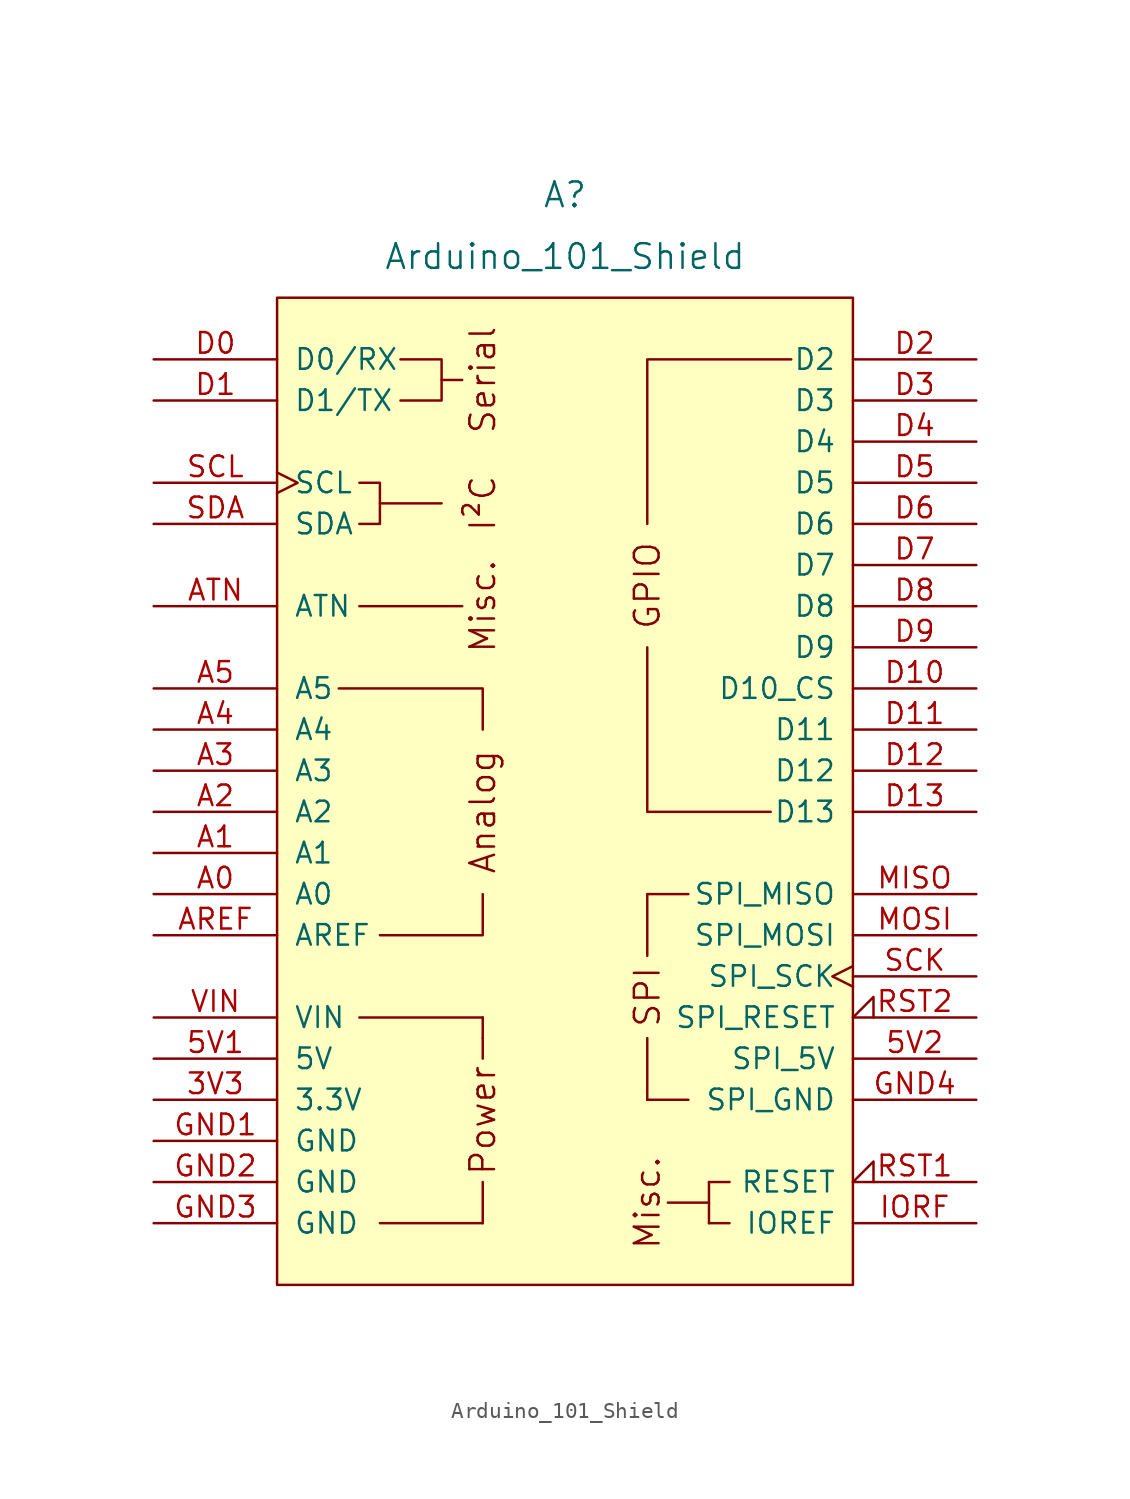
<source format=kicad_sym>
(kicad_symbol_lib
  (version 20211014)
  (generator kicad_symbol_editor)
  (symbol "Arduino_101_Shield"
    (pin_names
      (offset 1.016))
    (property "Reference" "A"
      (at 0 36.83 0)
      (effects (font (size 1.524 1.524))))
    (property "Value" "Arduino_101_Shield"
      (at 0 33.02 0)
      (effects (font (size 1.524 1.524))))
    (symbol "Arduino_101_Shield_0_0"
      (rectangle (start -17.78 30.48) (end 17.78 -30.48) (stroke (width 0) (type default) (color 0 0 0 0)) (fill (type background)))
      (rectangle (start -12.7 -13.97) (end -5.08 -13.97) (stroke (width 0) (type default) (color 0 0 0 0)) (fill (type none)))
      (rectangle (start -11.43 -26.67) (end -5.08 -26.67) (stroke (width 0) (type default) (color 0 0 0 0)) (fill (type none)))
      (polyline (pts (xy -11.43 17.78) (xy -7.62 17.78)) (stroke (width 0) (type default) (color 0 0 0 0)) (fill (type none)))
      (polyline (pts (xy -7.62 25.4) (xy -6.35 25.4)) (stroke (width 0) (type default) (color 0 0 0 0)) (fill (type none)))
      (polyline (pts (xy -6.35 11.43) (xy -12.7 11.43)) (stroke (width 0) (type default) (color 0 0 0 0)) (fill (type none)))
      (polyline (pts (xy -5.08 -26.67) (xy -5.08 -24.13)) (stroke (width 0) (type default) (color 0 0 0 0)) (fill (type none)))
      (polyline (pts (xy -5.08 -15.24) (xy -5.08 -16.51)) (stroke (width 0) (type default) (color 0 0 0 0)) (fill (type none)))
      (polyline (pts (xy -5.08 -13.97) (xy -5.08 -15.24)) (stroke (width 0) (type default) (color 0 0 0 0)) (fill (type none)))
      (polyline (pts (xy -5.08 -6.35) (xy -5.08 -8.89) (xy -11.43 -8.89)) (stroke (width 0) (type default) (color 0 0 0 0)) (fill (type none)))
      (polyline (pts (xy -5.08 3.81) (xy -5.08 6.35) (xy -13.97 6.35)) (stroke (width 0) (type default) (color 0 0 0 0)) (fill (type none)))
      (polyline (pts (xy 5.08 8.89) (xy 5.08 -1.27) (xy 12.7 -1.27)) (stroke (width 0) (type default) (color 0 0 0 0)) (fill (type none)))
      (polyline (pts (xy 5.08 16.51) (xy 5.08 26.67) (xy 13.97 26.67)) (stroke (width 0) (type default) (color 0 0 0 0)) (fill (type none)))
      (polyline (pts (xy -12.7 19.05) (xy -11.43 19.05) (xy -11.43 16.51) (xy -12.7 16.51)) (stroke (width 0) (type default) (color 0 0 0 0)) (fill (type none)))
      (polyline (pts (xy -10.16 26.67) (xy -7.62 26.67) (xy -7.62 24.13) (xy -10.16 24.13)) (stroke (width 0) (type default) (color 0 0 0 0)) (fill (type none)))
      (rectangle (start 5.08 -19.05) (end 5.08 -15.24) (stroke (width 0) (type default) (color 0 0 0 0)) (fill (type none)))
      (rectangle (start 5.08 -19.05) (end 7.62 -19.05) (stroke (width 0) (type default) (color 0 0 0 0)) (fill (type none)))
      (rectangle (start 5.08 -10.16) (end 5.08 -6.35) (stroke (width 0) (type default) (color 0 0 0 0)) (fill (type none)))
      (rectangle (start 7.62 -6.35) (end 5.08 -6.35) (stroke (width 0) (type default) (color 0 0 0 0)) (fill (type none)))
      (rectangle (start 8.89 -25.4) (end 6.35 -25.4) (stroke (width 0) (type default) (color 0 0 0 0)) (fill (type none)))
      (rectangle (start 8.89 -24.13) (end 8.89 -26.67) (stroke (width 0) (type default) (color 0 0 0 0)) (fill (type none)))
      (rectangle (start 10.16 -26.67) (end 8.89 -26.67) (stroke (width 0) (type default) (color 0 0 0 0)) (fill (type none)))
      (rectangle (start 10.16 -24.13) (end 8.89 -24.13) (stroke (width 0) (type default) (color 0 0 0 0)) (fill (type none)))
      (text "Analog" (at -5.08 -1.27 900) (effects (font (size 1.524 1.524))))
      (text "I²C" (at -5.08 17.78 900) (effects (font (size 1.524 1.524))))
      (text "Misc." (at -5.08 11.43 900) (effects (font (size 1.524 1.524))))
      (text "Misc." (at 5.08 -25.4 900) (effects (font (size 1.524 1.524))))
      (text "Power" (at -5.08 -20.32 900) (effects (font (size 1.524 1.524))))
      (text "Serial" (at -5.08 25.4 900) (effects (font (size 1.524 1.524))))
      (text "SPI" (at 5.08 -12.7 900) (effects (font (size 1.524 1.524)))))
    (symbol "Arduino_101_Shield_1_0"
      (text "GPIO" (at 5.08 12.7 900) (effects (font (size 1.524 1.524)))))
    (symbol "Arduino_101_Shield_1_1"
      (pin power_out line (at -25.4 -19.05 0) (length 7.62) (name "3.3V" (effects (font (size 1.27 1.27)))) (number "3V3" (effects (font (size 1.27 1.27)))))
      (pin power_in line (at -25.4 -16.51 0) (length 7.62) (name "5V" (effects (font (size 1.27 1.27)))) (number "5V1" (effects (font (size 1.27 1.27)))))
      (pin power_in line (at 25.4 -16.51 180) (length 7.62) (name "SPI_5V" (effects (font (size 1.27 1.27)))) (number "5V2" (effects (font (size 1.27 1.27)))))
      (pin bidirectional line (at -25.4 -6.35 0) (length 7.62) (name "A0" (effects (font (size 1.27 1.27)))) (number "A0" (effects (font (size 1.27 1.27)))))
      (pin bidirectional line (at -25.4 -3.81 0) (length 7.62) (name "A1" (effects (font (size 1.27 1.27)))) (number "A1" (effects (font (size 1.27 1.27)))))
      (pin bidirectional line (at -25.4 -1.27 0) (length 7.62) (name "A2" (effects (font (size 1.27 1.27)))) (number "A2" (effects (font (size 1.27 1.27)))))
      (pin bidirectional line (at -25.4 1.27 0) (length 7.62) (name "A3" (effects (font (size 1.27 1.27)))) (number "A3" (effects (font (size 1.27 1.27)))))
      (pin bidirectional line (at -25.4 3.81 0) (length 7.62) (name "A4" (effects (font (size 1.27 1.27)))) (number "A4" (effects (font (size 1.27 1.27)))))
      (pin bidirectional line (at -25.4 6.35 0) (length 7.62) (name "A5" (effects (font (size 1.27 1.27)))) (number "A5" (effects (font (size 1.27 1.27)))))
      (pin input line (at -25.4 -8.89 0) (length 7.62) (name "AREF" (effects (font (size 1.27 1.27)))) (number "AREF" (effects (font (size 1.27 1.27)))))
      (pin bidirectional line (at -25.4 11.43 0) (length 7.62) (name "ATN" (effects (font (size 1.27 1.27)))) (number "ATN" (effects (font (size 1.27 1.27)))))
      (pin bidirectional line (at -25.4 26.67 0) (length 7.62) (name "D0/RX" (effects (font (size 1.27 1.27)))) (number "D0" (effects (font (size 1.27 1.27)))))
      (pin bidirectional line (at -25.4 24.13 0) (length 7.62) (name "D1/TX" (effects (font (size 1.27 1.27)))) (number "D1" (effects (font (size 1.27 1.27)))))
      (pin bidirectional line (at 25.4 6.35 180) (length 7.62) (name "D10_CS" (effects (font (size 1.27 1.27)))) (number "D10" (effects (font (size 1.27 1.27)))))
      (pin bidirectional line (at 25.4 3.81 180) (length 7.62) (name "D11" (effects (font (size 1.27 1.27)))) (number "D11" (effects (font (size 1.27 1.27)))))
      (pin bidirectional line (at 25.4 1.27 180) (length 7.62) (name "D12" (effects (font (size 1.27 1.27)))) (number "D12" (effects (font (size 1.27 1.27)))))
      (pin bidirectional line (at 25.4 -1.27 180) (length 7.62) (name "D13" (effects (font (size 1.27 1.27)))) (number "D13" (effects (font (size 1.27 1.27)))))
      (pin bidirectional line (at 25.4 26.67 180) (length 7.62) (name "D2" (effects (font (size 1.27 1.27)))) (number "D2" (effects (font (size 1.27 1.27)))))
      (pin bidirectional line (at 25.4 24.13 180) (length 7.62) (name "D3" (effects (font (size 1.27 1.27)))) (number "D3" (effects (font (size 1.27 1.27)))))
      (pin bidirectional line (at 25.4 21.59 180) (length 7.62) (name "D4" (effects (font (size 1.27 1.27)))) (number "D4" (effects (font (size 1.27 1.27)))))
      (pin bidirectional line (at 25.4 19.05 180) (length 7.62) (name "D5" (effects (font (size 1.27 1.27)))) (number "D5" (effects (font (size 1.27 1.27)))))
      (pin bidirectional line (at 25.4 16.51 180) (length 7.62) (name "D6" (effects (font (size 1.27 1.27)))) (number "D6" (effects (font (size 1.27 1.27)))))
      (pin bidirectional line (at 25.4 13.97 180) (length 7.62) (name "D7" (effects (font (size 1.27 1.27)))) (number "D7" (effects (font (size 1.27 1.27)))))
      (pin bidirectional line (at 25.4 11.43 180) (length 7.62) (name "D8" (effects (font (size 1.27 1.27)))) (number "D8" (effects (font (size 1.27 1.27)))))
      (pin bidirectional line (at 25.4 8.89 180) (length 7.62) (name "D9" (effects (font (size 1.27 1.27)))) (number "D9" (effects (font (size 1.27 1.27)))))
      (pin power_in line (at -25.4 -21.59 0) (length 7.62) (name "GND" (effects (font (size 1.27 1.27)))) (number "GND1" (effects (font (size 1.27 1.27)))))
      (pin power_in line (at -25.4 -24.13 0) (length 7.62) (name "GND" (effects (font (size 1.27 1.27)))) (number "GND2" (effects (font (size 1.27 1.27)))))
      (pin power_in line (at -25.4 -26.67 0) (length 7.62) (name "GND" (effects (font (size 1.27 1.27)))) (number "GND3" (effects (font (size 1.27 1.27)))))
      (pin power_in line (at 25.4 -19.05 180) (length 7.62) (name "SPI_GND" (effects (font (size 1.27 1.27)))) (number "GND4" (effects (font (size 1.27 1.27)))))
      (pin output line (at 25.4 -26.67 180) (length 7.62) (name "IOREF" (effects (font (size 1.27 1.27)))) (number "IORF" (effects (font (size 1.27 1.27)))))
      (pin input line (at 25.4 -6.35 180) (length 7.62) (name "SPI_MISO" (effects (font (size 1.27 1.27)))) (number "MISO" (effects (font (size 1.27 1.27)))))
      (pin output line (at 25.4 -8.89 180) (length 7.62) (name "SPI_MOSI" (effects (font (size 1.27 1.27)))) (number "MOSI" (effects (font (size 1.27 1.27)))))
      (pin open_collector input_low (at 25.4 -24.13 180) (length 7.62) (name "RESET" (effects (font (size 1.27 1.27)))) (number "RST1" (effects (font (size 1.27 1.27)))))
      (pin open_collector input_low (at 25.4 -13.97 180) (length 7.62) (name "SPI_RESET" (effects (font (size 1.27 1.27)))) (number "RST2" (effects (font (size 1.27 1.27)))))
      (pin output clock (at 25.4 -11.43 180) (length 7.62) (name "SPI_SCK" (effects (font (size 1.27 1.27)))) (number "SCK" (effects (font (size 1.27 1.27)))))
      (pin bidirectional clock (at -25.4 19.05 0) (length 7.62) (name "SCL" (effects (font (size 1.27 1.27)))) (number "SCL" (effects (font (size 1.27 1.27)))))
      (pin bidirectional line (at -25.4 16.51 0) (length 7.62) (name "SDA" (effects (font (size 1.27 1.27)))) (number "SDA" (effects (font (size 1.27 1.27)))))
      (pin power_in line (at -25.4 -13.97 0) (length 7.62) (name "VIN" (effects (font (size 1.27 1.27)))) (number "VIN" (effects (font (size 1.27 1.27))))))))
</source>
